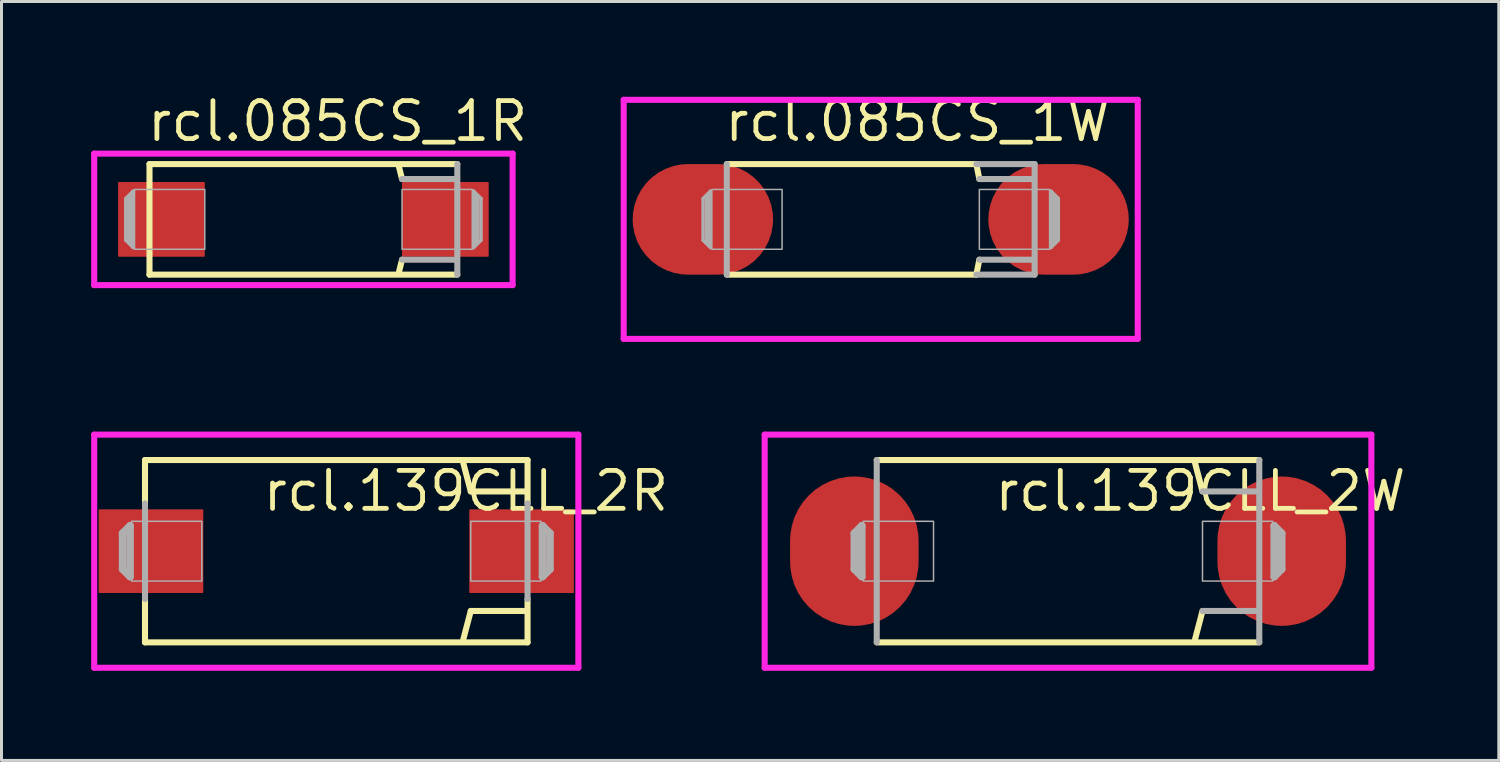
<source format=kicad_pcb>
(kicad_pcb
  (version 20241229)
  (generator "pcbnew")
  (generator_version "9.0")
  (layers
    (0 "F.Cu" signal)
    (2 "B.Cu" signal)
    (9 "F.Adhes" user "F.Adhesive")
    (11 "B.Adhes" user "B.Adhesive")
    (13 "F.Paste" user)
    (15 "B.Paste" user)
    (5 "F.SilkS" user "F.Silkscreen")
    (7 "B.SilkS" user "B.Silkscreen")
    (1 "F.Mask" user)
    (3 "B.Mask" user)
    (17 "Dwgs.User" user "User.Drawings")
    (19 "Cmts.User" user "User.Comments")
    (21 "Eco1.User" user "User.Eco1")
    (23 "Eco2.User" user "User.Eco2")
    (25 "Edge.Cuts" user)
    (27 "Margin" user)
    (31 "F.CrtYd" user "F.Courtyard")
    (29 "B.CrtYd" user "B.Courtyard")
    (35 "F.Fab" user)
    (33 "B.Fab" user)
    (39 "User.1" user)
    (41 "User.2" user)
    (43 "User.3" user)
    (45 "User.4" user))
  (footprint "rcl.085CS_1W"
    (layer "F.Cu")
    (at 26.419 4.29)
    (property "Reference" "rcl.085CS_1W" (at -5.31 -2.54 0) (layer "F.SilkS") (effects (font (size 1.27 1.27) (thickness 0.16)) (justify left bottom)))
    (attr smd)
    (fp_line (start -5.15 1.85) (end 3.2 1.85) (stroke (width 0.203) (type default)) (layer "F.SilkS"))
    (fp_line (start 3.2 -1.85) (end -5.15 -1.85) (stroke (width 0.203) (type default)) (layer "F.SilkS"))
    (fp_line (start 3.3 -1.35) (end 3.2 -1.85) (stroke (width 0.203) (type default)) (layer "F.SilkS"))
    (fp_line (start 3.3 1.35) (end 3.2 1.85) (stroke (width 0.203) (type default)) (layer "F.SilkS"))
    (fp_line (start -8.6 -4) (end -8.6 4) (stroke (width 0.203) (type default)) (layer "F.CrtYd"))
    (fp_line (start -8.6 -4) (end 8.6 -4) (stroke (width 0.203) (type default)) (layer "F.CrtYd"))
    (fp_line (start -8.6 4) (end 8.6 4) (stroke (width 0.203) (type default)) (layer "F.CrtYd"))
    (fp_line (start 8.6 -4) (end 8.6 4) (stroke (width 0.203) (type default)) (layer "F.CrtYd"))
    (fp_line (start -5.95 -0.7) (end -5.95 0.7) (stroke (width 0.102) (type default)) (layer "F.Fab"))
    (fp_line (start -5.95 0.7) (end -5.7 0.95) (stroke (width 0.102) (type default)) (layer "F.Fab"))
    (fp_line (start -5.8 -0.75) (end -5.8 0.75) (stroke (width 0.203) (type default)) (layer "F.Fab"))
    (fp_line (start -5.7 -0.95) (end -5.95 -0.7) (stroke (width 0.102) (type default)) (layer "F.Fab"))
    (fp_line (start -5.7 0.95) (end -5.7 -0.95) (stroke (width 0.102) (type default)) (layer "F.Fab"))
    (fp_line (start -5.15 -1.85) (end -5.15 1.85) (stroke (width 0.203) (type default)) (layer "F.Fab"))
    (fp_line (start 3.2 1.85) (end 5.15 1.85) (stroke (width 0.203) (type default)) (layer "F.Fab"))
    (fp_line (start 5.05 -1.35) (end 3.3 -1.35) (stroke (width 0.203) (type default)) (layer "F.Fab"))
    (fp_line (start 5.1 1.35) (end 3.3 1.35) (stroke (width 0.203) (type default)) (layer "F.Fab"))
    (fp_line (start 5.15 -1.85) (end 3.2 -1.85) (stroke (width 0.203) (type default)) (layer "F.Fab"))
    (fp_line (start 5.15 1.85) (end 5.15 -1.85) (stroke (width 0.203) (type default)) (layer "F.Fab"))
    (fp_line (start 5.7 -0.95) (end 5.7 0.95) (stroke (width 0.102) (type default)) (layer "F.Fab"))
    (fp_line (start 5.7 0.95) (end 5.95 0.7) (stroke (width 0.102) (type default)) (layer "F.Fab"))
    (fp_line (start 5.8 0.75) (end 5.8 -0.75) (stroke (width 0.203) (type default)) (layer "F.Fab"))
    (fp_line (start 5.95 -0.7) (end 5.7 -0.95) (stroke (width 0.102) (type default)) (layer "F.Fab"))
    (fp_line (start 5.95 0.7) (end 5.95 -0.7) (stroke (width 0.102) (type default)) (layer "F.Fab"))
    (fp_rect (start -5.65 1) (end -3.3 -1) (stroke (width 0.05) (type default)) (fill no) (layer "F.Fab"))
    (fp_rect (start 3.3 1) (end 5.65 -1) (stroke (width 0.05) (type default)) (fill no) (layer "F.Fab"))
    (pad "+" smd roundrect (at 5.95 0) (size 4.7 3.7) (layers "F.Cu" "F.Mask" "F.Paste") (roundrect_rratio 0.5))
    (pad "-" smd roundrect (at -5.95 0) (size 4.7 3.7) (layers "F.Cu" "F.Mask" "F.Paste") (roundrect_rratio 0.5)))
  (footprint "rcl.085CS_1R"
    (layer "F.Cu")
    (at 7.102 4.29)
    (property "Reference" "rcl.085CS_1R" (at -5.31 -2.54 0) (layer "F.SilkS") (effects (font (size 1.27 1.27) (thickness 0.16)) (justify left bottom)))
    (attr smd)
    (fp_line (start -5.15 -1.85) (end -5.15 1.85) (stroke (width 0.203) (type default)) (layer "F.SilkS"))
    (fp_line (start -5.15 1.85) (end 5.15 1.85) (stroke (width 0.203) (type default)) (layer "F.SilkS"))
    (fp_line (start 3.3 -1.35) (end 3.2 -1.75) (stroke (width 0.203) (type default)) (layer "F.SilkS"))
    (fp_line (start 3.3 1.35) (end 3.2 1.75) (stroke (width 0.203) (type default)) (layer "F.SilkS"))
    (fp_line (start 5.15 -1.85) (end -5.15 -1.85) (stroke (width 0.203) (type default)) (layer "F.SilkS"))
    (fp_line (start -7 -2.2) (end -7 2.2) (stroke (width 0.203) (type default)) (layer "F.CrtYd"))
    (fp_line (start -7 -2.2) (end 7 -2.2) (stroke (width 0.203) (type default)) (layer "F.CrtYd"))
    (fp_line (start -7 2.2) (end 7 2.2) (stroke (width 0.203) (type default)) (layer "F.CrtYd"))
    (fp_line (start 7 -2.2) (end 7 2.2) (stroke (width 0.203) (type default)) (layer "F.CrtYd"))
    (fp_line (start -5.95 -0.7) (end -5.95 0.7) (stroke (width 0.102) (type default)) (layer "F.Fab"))
    (fp_line (start -5.95 0.7) (end -5.7 0.95) (stroke (width 0.102) (type default)) (layer "F.Fab"))
    (fp_line (start -5.8 -0.75) (end -5.8 0.75) (stroke (width 0.203) (type default)) (layer "F.Fab"))
    (fp_line (start -5.7 -0.95) (end -5.95 -0.7) (stroke (width 0.102) (type default)) (layer "F.Fab"))
    (fp_line (start -5.7 0.95) (end -5.7 -0.95) (stroke (width 0.102) (type default)) (layer "F.Fab"))
    (fp_line (start 5.05 -1.35) (end 3.3 -1.35) (stroke (width 0.203) (type default)) (layer "F.Fab"))
    (fp_line (start 5.1 1.35) (end 3.3 1.35) (stroke (width 0.203) (type default)) (layer "F.Fab"))
    (fp_line (start 5.15 1.85) (end 5.15 -1.85) (stroke (width 0.203) (type default)) (layer "F.Fab"))
    (fp_line (start 5.7 -0.95) (end 5.7 0.95) (stroke (width 0.102) (type default)) (layer "F.Fab"))
    (fp_line (start 5.7 0.95) (end 5.95 0.7) (stroke (width 0.102) (type default)) (layer "F.Fab"))
    (fp_line (start 5.8 0.75) (end 5.8 -0.75) (stroke (width 0.203) (type default)) (layer "F.Fab"))
    (fp_line (start 5.95 -0.7) (end 5.7 -0.95) (stroke (width 0.102) (type default)) (layer "F.Fab"))
    (fp_line (start 5.95 0.7) (end 5.95 -0.7) (stroke (width 0.102) (type default)) (layer "F.Fab"))
    (fp_rect (start -5.65 1) (end -3.3 -1) (stroke (width 0.05) (type default)) (fill no) (layer "F.Fab"))
    (fp_rect (start 3.3 1) (end 5.65 -1) (stroke (width 0.05) (type default)) (fill no) (layer "F.Fab"))
    (pad "+" smd roundrect (at 4.75 0) (size 2.9 2.5) (layers "F.Cu" "F.Mask" "F.Paste") (roundrect_rratio 0.01))
    (pad "-" smd roundrect (at -4.75 0) (size 2.9 2.5) (layers "F.Cu" "F.Mask" "F.Paste") (roundrect_rratio 0.01)))
  (footprint "rcl.139CLL_2R"
    (layer "F.Cu")
    (at 8.202 15.393)
    (property "Reference" "rcl.139CLL_2R" (at -2.54 -1.27 0) (layer "F.SilkS") (effects (font (size 1.27 1.27) (thickness 0.16)) (justify left bottom)))
    (attr smd)
    (fp_line (start -6.4 -3.05) (end 6.4 -3.05) (stroke (width 0.203) (type default)) (layer "F.SilkS"))
    (fp_line (start -6.4 -1.6) (end -6.4 -3.05) (stroke (width 0.203) (type default)) (layer "F.SilkS"))
    (fp_line (start -6.4 3.05) (end -6.4 1.6) (stroke (width 0.203) (type default)) (layer "F.SilkS"))
    (fp_line (start 4.5 -2) (end 4.25 -2.95) (stroke (width 0.203) (type default)) (layer "F.SilkS"))
    (fp_line (start 4.5 2) (end 4.25 2.95) (stroke (width 0.203) (type default)) (layer "F.SilkS"))
    (fp_line (start 6.35 -2) (end 4.5 -2) (stroke (width 0.203) (type default)) (layer "F.SilkS"))
    (fp_line (start 6.35 2) (end 4.5 2) (stroke (width 0.203) (type default)) (layer "F.SilkS"))
    (fp_line (start 6.4 -3.05) (end 6.4 -1.6) (stroke (width 0.203) (type default)) (layer "F.SilkS"))
    (fp_line (start 6.4 1.6) (end 6.4 3.05) (stroke (width 0.203) (type default)) (layer "F.SilkS"))
    (fp_line (start 6.4 3.05) (end -6.4 3.05) (stroke (width 0.203) (type default)) (layer "F.SilkS"))
    (fp_line (start -8.1 -3.9) (end -8.1 3.9) (stroke (width 0.203) (type default)) (layer "F.CrtYd"))
    (fp_line (start -8.1 3.9) (end 8.1 3.9) (stroke (width 0.203) (type default)) (layer "F.CrtYd"))
    (fp_line (start 8.1 -3.9) (end -8.1 -3.9) (stroke (width 0.203) (type default)) (layer "F.CrtYd"))
    (fp_line (start 8.1 3.9) (end 8.1 -3.9) (stroke (width 0.203) (type default)) (layer "F.CrtYd"))
    (fp_line (start -7.15 -0.6) (end -6.9 -0.85) (stroke (width 0.254) (type default)) (layer "F.Fab"))
    (fp_line (start -7.15 0.6) (end -7.15 -0.6) (stroke (width 0.254) (type default)) (layer "F.Fab"))
    (fp_line (start -6.9 -0.85) (end -6.9 0.85) (stroke (width 0.254) (type default)) (layer "F.Fab"))
    (fp_line (start -6.9 0.85) (end -7.15 0.6) (stroke (width 0.254) (type default)) (layer "F.Fab"))
    (fp_line (start -6.4 1.6) (end -6.4 -1.6) (stroke (width 0.203) (type default)) (layer "F.Fab"))
    (fp_line (start 6.4 -1.6) (end 6.4 1.6) (stroke (width 0.203) (type default)) (layer "F.Fab"))
    (fp_line (start 6.9 -0.85) (end 7.15 -0.6) (stroke (width 0.254) (type default)) (layer "F.Fab"))
    (fp_line (start 6.9 0.85) (end 6.9 -0.85) (stroke (width 0.254) (type default)) (layer "F.Fab"))
    (fp_line (start 7.15 -0.6) (end 7.15 0.6) (stroke (width 0.254) (type default)) (layer "F.Fab"))
    (fp_line (start 7.15 0.6) (end 6.9 0.85) (stroke (width 0.254) (type default)) (layer "F.Fab"))
    (fp_rect (start -6.85 1) (end -4.5 -1) (stroke (width 0.05) (type default)) (fill no) (layer "F.Fab"))
    (fp_rect (start 4.5 1) (end 6.85 -1) (stroke (width 0.05) (type default)) (fill no) (layer "F.Fab"))
    (pad "+" smd roundrect (at 6.2 0) (size 3.5 2.8) (layers "F.Cu" "F.Mask" "F.Paste") (roundrect_rratio 0.01))
    (pad "-" smd roundrect (at -6.2 0) (size 3.5 2.8) (layers "F.Cu" "F.Mask" "F.Paste") (roundrect_rratio 0.01)))
  (footprint "rcl.139CLL_2W"
    (layer "F.Cu")
    (at 32.686 15.393)
    (property "Reference" "rcl.139CLL_2W" (at -2.54 -1.27 0) (layer "F.SilkS") (effects (font (size 1.27 1.27) (thickness 0.16)) (justify left bottom)))
    (attr smd)
    (fp_line (start -6.4 -3.05) (end 6.4 -3.05) (stroke (width 0.203) (type default)) (layer "F.SilkS"))
    (fp_line (start 4.5 -2) (end 4.25 -2.95) (stroke (width 0.203) (type default)) (layer "F.SilkS"))
    (fp_line (start 4.5 2) (end 4.25 2.95) (stroke (width 0.203) (type default)) (layer "F.SilkS"))
    (fp_line (start 6.4 3.05) (end -6.4 3.05) (stroke (width 0.203) (type default)) (layer "F.SilkS"))
    (fp_line (start -10.15 -3.9) (end -10.15 3.9) (stroke (width 0.203) (type default)) (layer "F.CrtYd"))
    (fp_line (start -10.15 3.9) (end 10.15 3.9) (stroke (width 0.203) (type default)) (layer "F.CrtYd"))
    (fp_line (start 10.15 -3.9) (end -10.15 -3.9) (stroke (width 0.203) (type default)) (layer "F.CrtYd"))
    (fp_line (start 10.15 3.9) (end 10.15 -3.9) (stroke (width 0.203) (type default)) (layer "F.CrtYd"))
    (fp_line (start -7.15 -0.6) (end -6.9 -0.85) (stroke (width 0.254) (type default)) (layer "F.Fab"))
    (fp_line (start -7.15 0.6) (end -7.15 -0.6) (stroke (width 0.254) (type default)) (layer "F.Fab"))
    (fp_line (start -6.9 -0.85) (end -6.9 0.85) (stroke (width 0.254) (type default)) (layer "F.Fab"))
    (fp_line (start -6.9 0.85) (end -7.15 0.6) (stroke (width 0.254) (type default)) (layer "F.Fab"))
    (fp_line (start -6.4 3.05) (end -6.4 -3.05) (stroke (width 0.203) (type default)) (layer "F.Fab"))
    (fp_line (start 6.35 -2) (end 4.5 -2) (stroke (width 0.203) (type default)) (layer "F.Fab"))
    (fp_line (start 6.35 2) (end 4.5 2) (stroke (width 0.203) (type default)) (layer "F.Fab"))
    (fp_line (start 6.4 -3.05) (end 6.4 3.05) (stroke (width 0.203) (type default)) (layer "F.Fab"))
    (fp_line (start 6.9 -0.85) (end 7.15 -0.6) (stroke (width 0.254) (type default)) (layer "F.Fab"))
    (fp_line (start 6.9 0.85) (end 6.9 -0.85) (stroke (width 0.254) (type default)) (layer "F.Fab"))
    (fp_line (start 7.15 -0.6) (end 7.15 0.6) (stroke (width 0.254) (type default)) (layer "F.Fab"))
    (fp_line (start 7.15 0.6) (end 6.9 0.85) (stroke (width 0.254) (type default)) (layer "F.Fab"))
    (fp_rect (start -6.85 1) (end -4.5 -1) (stroke (width 0.05) (type default)) (fill no) (layer "F.Fab"))
    (fp_rect (start 4.5 1) (end 6.85 -1) (stroke (width 0.05) (type default)) (fill no) (layer "F.Fab"))
    (pad "+" smd roundrect (at 7.15 0) (size 4.3 5) (layers "F.Cu" "F.Mask" "F.Paste") (roundrect_rratio 0.5))
    (pad "-" smd roundrect (at -7.15 0) (size 4.3 5) (layers "F.Cu" "F.Mask" "F.Paste") (roundrect_rratio 0.5)))
  (gr_rect
    (start -3 -3)
    (end 47.1 22.395)
    (stroke (width 0.1) (type default))
    (fill no)
    (layer "Edge.Cuts")))
</source>
